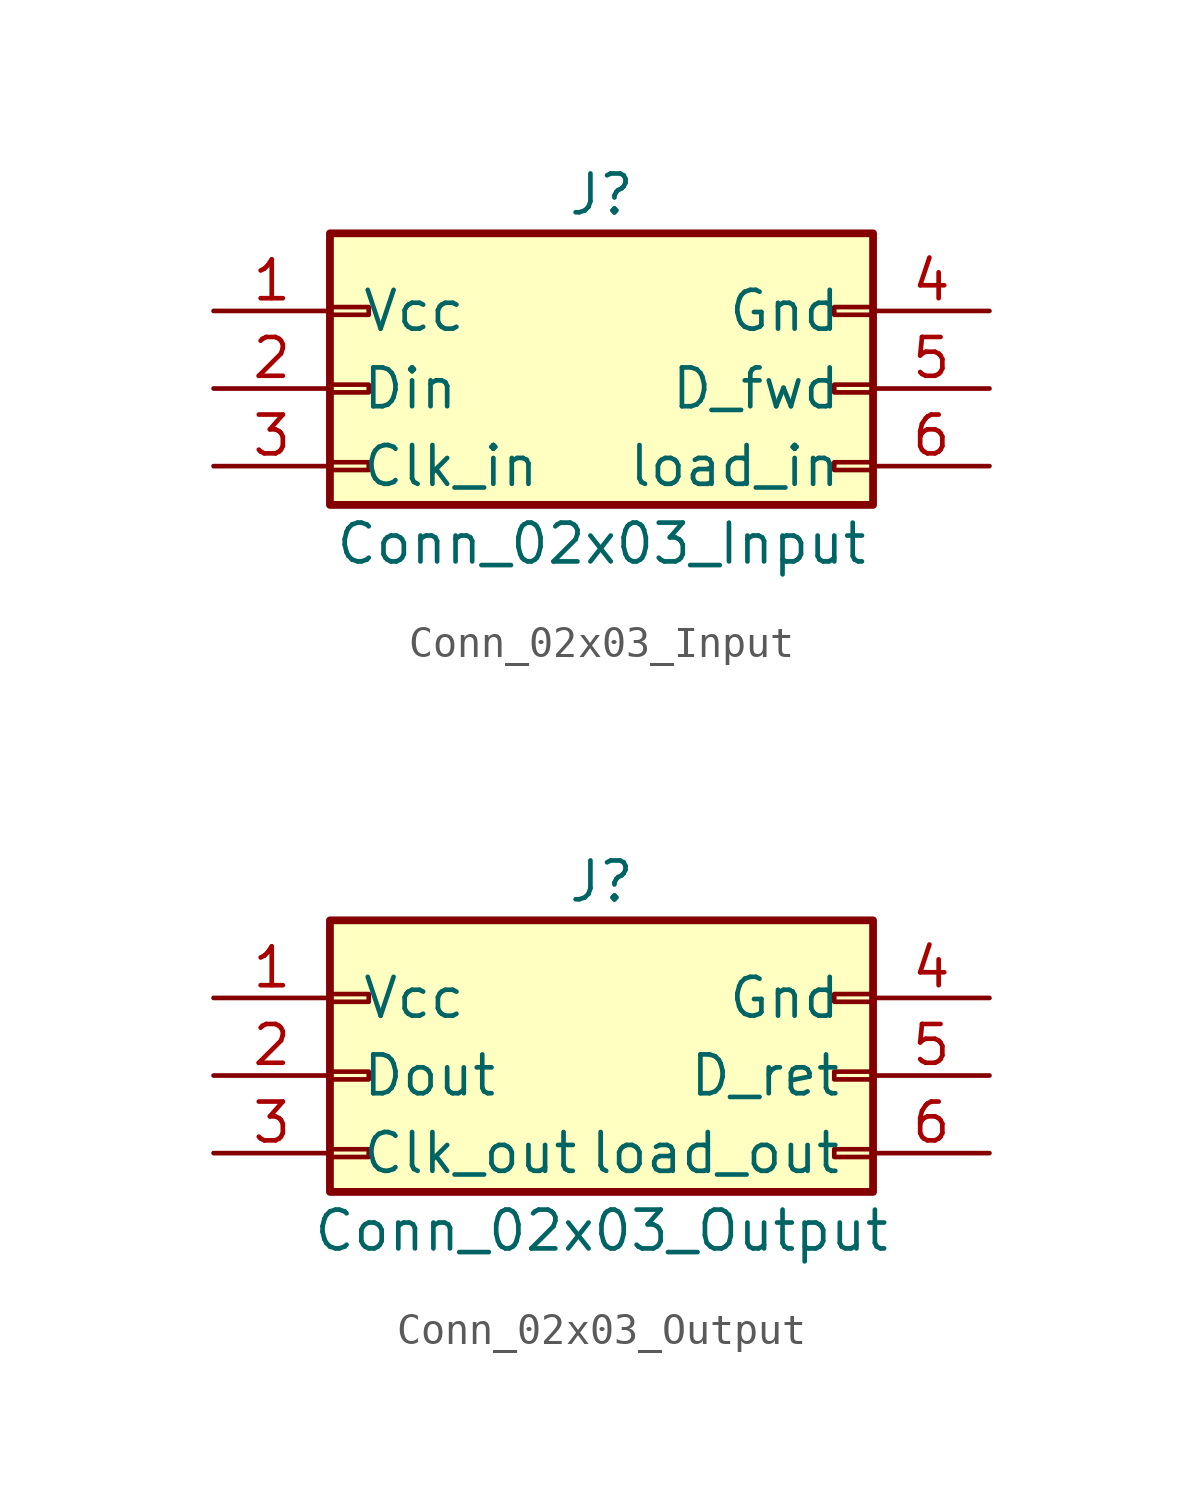
<source format=kicad_sym>
(kicad_symbol_lib
  (version 20211014)
  (generator kicad_symbol_editor)
  (symbol "Conn_02x03_Input"
    (pin_names
      (offset 1.016))
    (property "Reference" "J"
      (at 0 6.35 0)
      (effects (font (size 1.27 1.27))))
    (property "Value" "Conn_02x03_Input"
      (at 0 -5.08 0)
      (effects (font (size 1.27 1.27))))
    (symbol "Conn_02x03_Input_0_1"
      (rectangle (start -8.89 5.08) (end 8.89 -3.81) (stroke (width 0.254) (type default) (color 0 0 0 0)) (fill (type background))))
    (symbol "Conn_02x03_Input_1_1"
      (rectangle (start -8.89 -2.413) (end -7.62 -2.667) (stroke (width 0.152) (type default) (color 0 0 0 0)) (fill (type none)))
      (rectangle (start -8.89 0.127) (end -7.62 -0.127) (stroke (width 0.152) (type default) (color 0 0 0 0)) (fill (type none)))
      (rectangle (start -8.89 2.667) (end -7.62 2.413) (stroke (width 0.152) (type default) (color 0 0 0 0)) (fill (type none)))
      (rectangle (start 8.89 -2.413) (end 7.62 -2.667) (stroke (width 0.152) (type default) (color 0 0 0 0)) (fill (type none)))
      (rectangle (start 8.89 0.127) (end 7.62 -0.127) (stroke (width 0.152) (type default) (color 0 0 0 0)) (fill (type none)))
      (rectangle (start 8.89 2.667) (end 7.62 2.413) (stroke (width 0.152) (type default) (color 0 0 0 0)) (fill (type none)))
      (pin power_in line (at -12.7 2.54 0) (length 3.81) (name "Vcc" (effects (font (size 1.27 1.27)))) (number "1" (effects (font (size 1.27 1.27)))))
      (pin input line (at -12.7 0 0) (length 3.81) (name "Din" (effects (font (size 1.27 1.27)))) (number "2" (effects (font (size 1.27 1.27)))))
      (pin input line (at -12.7 -2.54 0) (length 3.81) (name "Clk_in" (effects (font (size 1.27 1.27)))) (number "3" (effects (font (size 1.27 1.27)))))
      (pin power_in line (at 12.7 2.54 180) (length 3.81) (name "Gnd" (effects (font (size 1.27 1.27)))) (number "4" (effects (font (size 1.27 1.27)))))
      (pin output line (at 12.7 0 180) (length 3.81) (name "D_fwd" (effects (font (size 1.27 1.27)))) (number "5" (effects (font (size 1.27 1.27)))))
      (pin input line (at 12.7 -2.54 180) (length 3.81) (name "load_in" (effects (font (size 1.27 1.27)))) (number "6" (effects (font (size 1.27 1.27)))))))
  (symbol "Conn_02x03_Output"
    (pin_names
      (offset 1.016))
    (property "Reference" "J"
      (at 0 6.35 0)
      (effects (font (size 1.27 1.27))))
    (property "Value" "Conn_02x03_Output"
      (at 0 -5.08 0)
      (effects (font (size 1.27 1.27))))
    (symbol "Conn_02x03_Output_0_1"
      (rectangle (start -8.89 5.08) (end 8.89 -3.81) (stroke (width 0.254) (type default) (color 0 0 0 0)) (fill (type background))))
    (symbol "Conn_02x03_Output_1_1"
      (rectangle (start -8.89 -2.413) (end -7.62 -2.667) (stroke (width 0.152) (type default) (color 0 0 0 0)) (fill (type none)))
      (rectangle (start -8.89 0.127) (end -7.62 -0.127) (stroke (width 0.152) (type default) (color 0 0 0 0)) (fill (type none)))
      (rectangle (start -8.89 2.667) (end -7.62 2.413) (stroke (width 0.152) (type default) (color 0 0 0 0)) (fill (type none)))
      (rectangle (start 8.89 -2.413) (end 7.62 -2.667) (stroke (width 0.152) (type default) (color 0 0 0 0)) (fill (type none)))
      (rectangle (start 8.89 0.127) (end 7.62 -0.127) (stroke (width 0.152) (type default) (color 0 0 0 0)) (fill (type none)))
      (rectangle (start 8.89 2.667) (end 7.62 2.413) (stroke (width 0.152) (type default) (color 0 0 0 0)) (fill (type none)))
      (pin power_out line (at -12.7 2.54 0) (length 3.81) (name "Vcc" (effects (font (size 1.27 1.27)))) (number "1" (effects (font (size 1.27 1.27)))))
      (pin output line (at -12.7 0 0) (length 3.81) (name "Dout" (effects (font (size 1.27 1.27)))) (number "2" (effects (font (size 1.27 1.27)))))
      (pin output line (at -12.7 -2.54 0) (length 3.81) (name "Clk_out" (effects (font (size 1.27 1.27)))) (number "3" (effects (font (size 1.27 1.27)))))
      (pin power_out line (at 12.7 2.54 180) (length 3.81) (name "Gnd" (effects (font (size 1.27 1.27)))) (number "4" (effects (font (size 1.27 1.27)))))
      (pin input line (at 12.7 0 180) (length 3.81) (name "D_ret" (effects (font (size 1.27 1.27)))) (number "5" (effects (font (size 1.27 1.27)))))
      (pin input line (at 12.7 -2.54 180) (length 3.81) (name "load_out" (effects (font (size 1.27 1.27)))) (number "6" (effects (font (size 1.27 1.27))))))))
</source>
